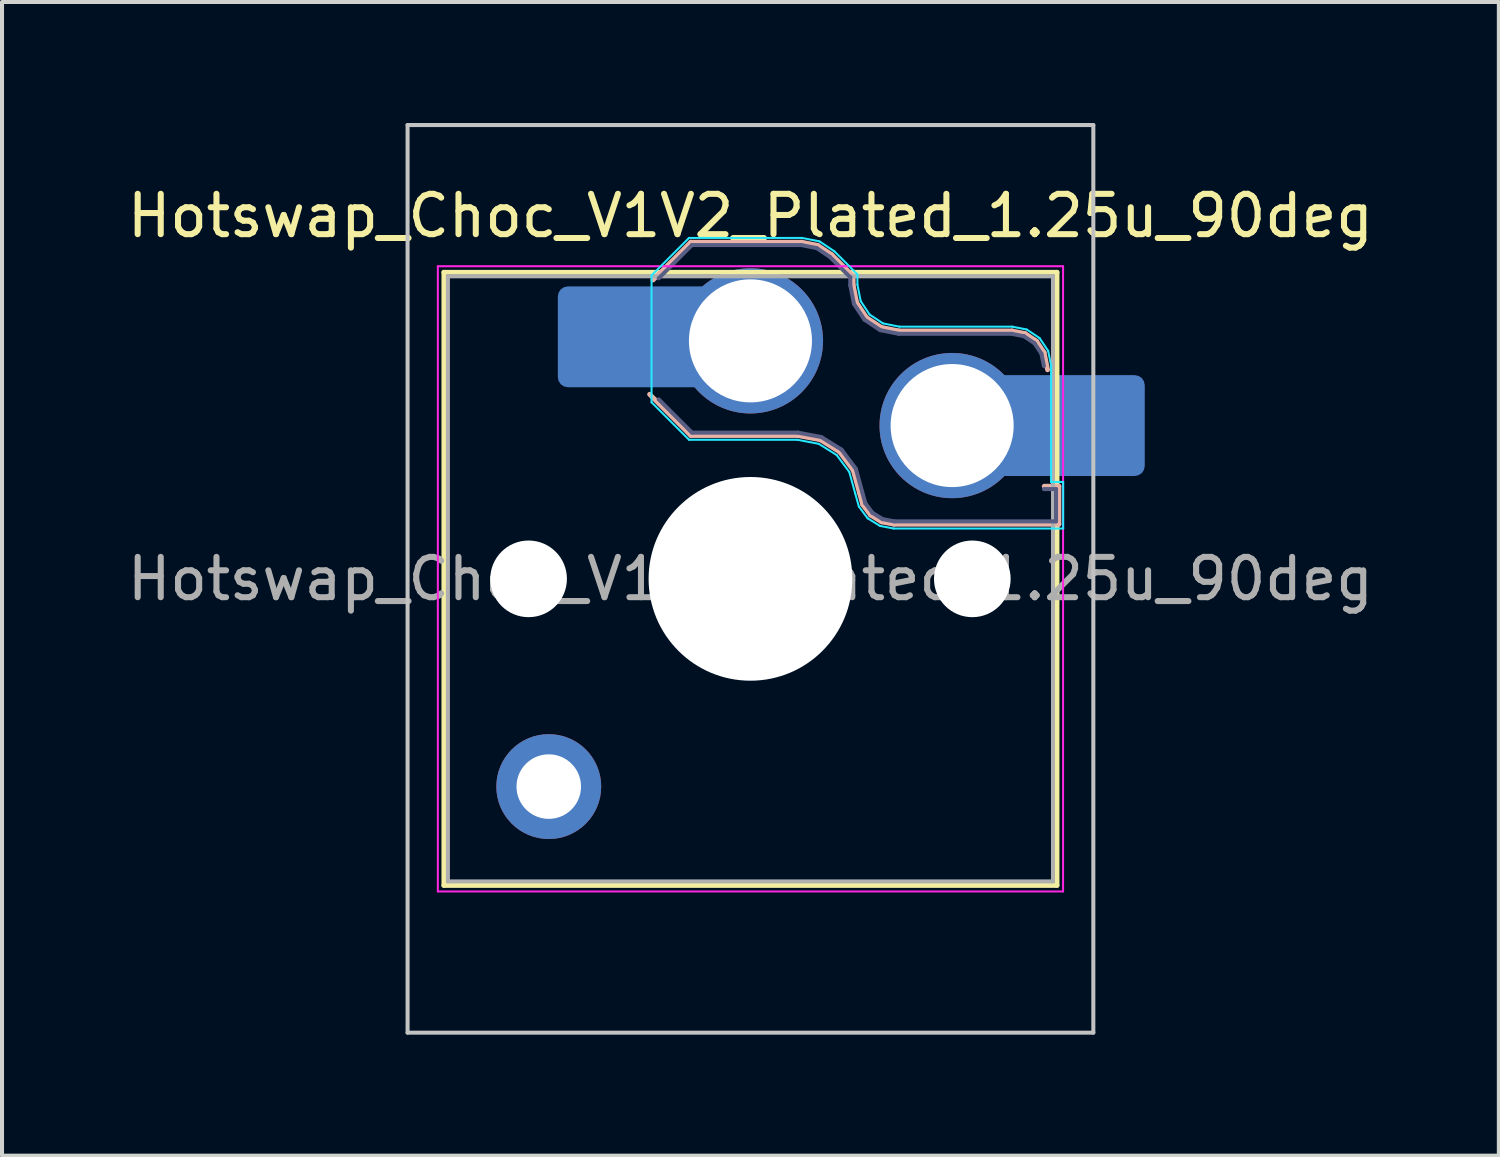
<source format=kicad_pcb>
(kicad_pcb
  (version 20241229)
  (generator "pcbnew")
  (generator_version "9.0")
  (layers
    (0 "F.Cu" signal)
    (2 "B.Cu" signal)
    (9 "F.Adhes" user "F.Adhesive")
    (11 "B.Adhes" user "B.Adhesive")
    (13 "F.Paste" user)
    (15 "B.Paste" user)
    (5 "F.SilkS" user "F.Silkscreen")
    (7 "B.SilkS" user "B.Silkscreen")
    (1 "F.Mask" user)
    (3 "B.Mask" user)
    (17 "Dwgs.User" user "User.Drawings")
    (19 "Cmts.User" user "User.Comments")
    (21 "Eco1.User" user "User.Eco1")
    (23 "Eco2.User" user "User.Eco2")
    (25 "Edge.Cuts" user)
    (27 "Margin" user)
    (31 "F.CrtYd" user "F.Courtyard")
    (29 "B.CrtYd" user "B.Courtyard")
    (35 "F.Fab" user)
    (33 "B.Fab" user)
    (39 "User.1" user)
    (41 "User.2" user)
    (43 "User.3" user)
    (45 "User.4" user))
  (footprint "Hotswap_Choc_V1V2_Plated_1.25u_90deg"
    (layer "F.Cu")
    (at 15.554 11.3)
    (property "Reference" "Hotswap_Choc_V1V2_Plated_1.25u_90deg" (at 0 -9 0) (layer "F.SilkS") (effects (font (size 1 1) (thickness 0.15))))
    (attr smd allow_soldermask_bridges)
    (fp_line (start -7.6 -7.6) (end -7.6 7.6) (stroke (width 0.12) (type solid)) (layer "F.SilkS"))
    (fp_line (start -7.6 7.6) (end 7.6 7.6) (stroke (width 0.12) (type solid)) (layer "F.SilkS"))
    (fp_line (start 7.6 -7.6) (end -7.6 -7.6) (stroke (width 0.12) (type solid)) (layer "F.SilkS"))
    (fp_line (start 7.6 7.6) (end 7.6 -7.6) (stroke (width 0.12) (type solid)) (layer "F.SilkS"))
    (fp_line (start -2.416 -7.409) (end -1.479 -8.346) (stroke (width 0.12) (type solid)) (layer "B.SilkS"))
    (fp_line (start -1.479 -8.346) (end 1.268 -8.346) (stroke (width 0.12) (type solid)) (layer "B.SilkS"))
    (fp_line (start -1.479 -3.554) (end -2.5 -4.575) (stroke (width 0.12) (type solid)) (layer "B.SilkS"))
    (fp_line (start 1.168 -3.554) (end -1.479 -3.554) (stroke (width 0.12) (type solid)) (layer "B.SilkS"))
    (fp_line (start 1.268 -8.346) (end 1.671 -8.266) (stroke (width 0.12) (type solid)) (layer "B.SilkS"))
    (fp_line (start 1.671 -8.266) (end 2.013 -8.037) (stroke (width 0.12) (type solid)) (layer "B.SilkS"))
    (fp_line (start 1.73 -3.449) (end 1.168 -3.554) (stroke (width 0.12) (type solid)) (layer "B.SilkS"))
    (fp_line (start 2.013 -8.037) (end 2.546 -7.504) (stroke (width 0.12) (type solid)) (layer "B.SilkS"))
    (fp_line (start 2.209 -3.15) (end 1.73 -3.449) (stroke (width 0.12) (type solid)) (layer "B.SilkS"))
    (fp_line (start 2.546 -7.504) (end 2.546 -7.282) (stroke (width 0.12) (type solid)) (layer "B.SilkS"))
    (fp_line (start 2.546 -7.282) (end 2.633 -6.844) (stroke (width 0.12) (type solid)) (layer "B.SilkS"))
    (fp_line (start 2.547 -2.697) (end 2.209 -3.15) (stroke (width 0.12) (type solid)) (layer "B.SilkS"))
    (fp_line (start 2.633 -6.844) (end 2.877 -6.477) (stroke (width 0.12) (type solid)) (layer "B.SilkS"))
    (fp_line (start 2.701 -2.139) (end 2.547 -2.697) (stroke (width 0.12) (type solid)) (layer "B.SilkS"))
    (fp_line (start 2.783 -1.841) (end 2.701 -2.139) (stroke (width 0.12) (type solid)) (layer "B.SilkS"))
    (fp_line (start 2.877 -6.477) (end 3.244 -6.233) (stroke (width 0.12) (type solid)) (layer "B.SilkS"))
    (fp_line (start 2.976 -1.583) (end 2.783 -1.841) (stroke (width 0.12) (type solid)) (layer "B.SilkS"))
    (fp_line (start 3.244 -6.233) (end 3.682 -6.146) (stroke (width 0.12) (type solid)) (layer "B.SilkS"))
    (fp_line (start 3.25 -1.413) (end 2.976 -1.583) (stroke (width 0.12) (type solid)) (layer "B.SilkS"))
    (fp_line (start 3.56 -1.354) (end 3.25 -1.413) (stroke (width 0.12) (type solid)) (layer "B.SilkS"))
    (fp_line (start 3.682 -6.146) (end 6.482 -6.146) (stroke (width 0.12) (type solid)) (layer "B.SilkS"))
    (fp_line (start 6.482 -6.146) (end 6.809 -6.081) (stroke (width 0.12) (type solid)) (layer "B.SilkS"))
    (fp_line (start 6.809 -6.081) (end 7.092 -5.892) (stroke (width 0.12) (type solid)) (layer "B.SilkS"))
    (fp_line (start 7.092 -5.892) (end 7.281 -5.609) (stroke (width 0.12) (type solid)) (layer "B.SilkS"))
    (fp_line (start 7.281 -5.609) (end 7.366 -5.182) (stroke (width 0.12) (type solid)) (layer "B.SilkS"))
    (fp_line (start 7.283 -2.296) (end 7.646 -2.296) (stroke (width 0.12) (type solid)) (layer "B.SilkS"))
    (fp_line (start 7.646 -2.296) (end 7.646 -1.354) (stroke (width 0.12) (type solid)) (layer "B.SilkS"))
    (fp_line (start 7.646 -1.354) (end 3.56 -1.354) (stroke (width 0.12) (type solid)) (layer "B.SilkS"))
    (fp_line (start -8.5 -11.25) (end 8.5 -11.25) (stroke (width 0.1) (type solid)) (layer "Dwgs.User"))
    (fp_line (start -8.5 11.25) (end -8.5 -11.25) (stroke (width 0.1) (type solid)) (layer "Dwgs.User"))
    (fp_line (start 8.5 -11.25) (end 8.5 11.25) (stroke (width 0.1) (type solid)) (layer "Dwgs.User"))
    (fp_line (start 8.5 11.25) (end -8.5 11.25) (stroke (width 0.1) (type solid)) (layer "Dwgs.User"))
    (fp_line (start -7.25 -7.25) (end -7.25 7.25) (stroke (width 0.1) (type solid)) (layer "Eco1.User"))
    (fp_line (start -7.25 7.25) (end 7.25 7.25) (stroke (width 0.1) (type solid)) (layer "Eco1.User"))
    (fp_line (start 7.25 -7.25) (end -7.25 -7.25) (stroke (width 0.1) (type solid)) (layer "Eco1.User"))
    (fp_line (start 7.25 7.25) (end 7.25 -7.25) (stroke (width 0.1) (type solid)) (layer "Eco1.User"))
    (fp_line (start -2.452 -7.523) (end -1.523 -8.452) (stroke (width 0.05) (type solid)) (layer "B.CrtYd"))
    (fp_line (start -2.452 -4.377) (end -2.452 -7.523) (stroke (width 0.05) (type solid)) (layer "B.CrtYd"))
    (fp_line (start -1.523 -8.452) (end 1.278 -8.452) (stroke (width 0.05) (type solid)) (layer "B.CrtYd"))
    (fp_line (start -1.523 -3.448) (end -2.452 -4.377) (stroke (width 0.05) (type solid)) (layer "B.CrtYd"))
    (fp_line (start 1.159 -3.448) (end -1.523 -3.448) (stroke (width 0.05) (type solid)) (layer "B.CrtYd"))
    (fp_line (start 1.278 -8.452) (end 1.712 -8.366) (stroke (width 0.05) (type solid)) (layer "B.CrtYd"))
    (fp_line (start 1.691 -3.348) (end 1.159 -3.448) (stroke (width 0.05) (type solid)) (layer "B.CrtYd"))
    (fp_line (start 1.712 -8.366) (end 2.081 -8.119) (stroke (width 0.05) (type solid)) (layer "B.CrtYd"))
    (fp_line (start 2.081 -8.119) (end 2.652 -7.548) (stroke (width 0.05) (type solid)) (layer "B.CrtYd"))
    (fp_line (start 2.136 -3.071) (end 1.691 -3.348) (stroke (width 0.05) (type solid)) (layer "B.CrtYd"))
    (fp_line (start 2.45 -2.65) (end 2.136 -3.071) (stroke (width 0.05) (type solid)) (layer "B.CrtYd"))
    (fp_line (start 2.599 -2.111) (end 2.45 -2.65) (stroke (width 0.05) (type solid)) (layer "B.CrtYd"))
    (fp_line (start 2.652 -7.548) (end 2.652 -7.292) (stroke (width 0.05) (type solid)) (layer "B.CrtYd"))
    (fp_line (start 2.652 -7.292) (end 2.733 -6.885) (stroke (width 0.05) (type solid)) (layer "B.CrtYd"))
    (fp_line (start 2.687 -1.794) (end 2.599 -2.111) (stroke (width 0.05) (type solid)) (layer "B.CrtYd"))
    (fp_line (start 2.733 -6.885) (end 2.953 -6.553) (stroke (width 0.05) (type solid)) (layer "B.CrtYd"))
    (fp_line (start 2.903 -1.503) (end 2.687 -1.794) (stroke (width 0.05) (type solid)) (layer "B.CrtYd"))
    (fp_line (start 2.953 -6.553) (end 3.285 -6.333) (stroke (width 0.05) (type solid)) (layer "B.CrtYd"))
    (fp_line (start 3.211 -1.312) (end 2.903 -1.503) (stroke (width 0.05) (type solid)) (layer "B.CrtYd"))
    (fp_line (start 3.285 -6.333) (end 3.692 -6.252) (stroke (width 0.05) (type solid)) (layer "B.CrtYd"))
    (fp_line (start 3.55 -1.248) (end 3.211 -1.312) (stroke (width 0.05) (type solid)) (layer "B.CrtYd"))
    (fp_line (start 3.692 -6.252) (end 6.492 -6.252) (stroke (width 0.05) (type solid)) (layer "B.CrtYd"))
    (fp_line (start 6.492 -6.252) (end 6.85 -6.181) (stroke (width 0.05) (type solid)) (layer "B.CrtYd"))
    (fp_line (start 6.85 -6.181) (end 7.168 -5.968) (stroke (width 0.05) (type solid)) (layer "B.CrtYd"))
    (fp_line (start 7.168 -5.968) (end 7.381 -5.65) (stroke (width 0.05) (type solid)) (layer "B.CrtYd"))
    (fp_line (start 7.381 -5.65) (end 7.452 -5.292) (stroke (width 0.05) (type solid)) (layer "B.CrtYd"))
    (fp_line (start 7.452 -5.292) (end 7.452 -2.402) (stroke (width 0.05) (type solid)) (layer "B.CrtYd"))
    (fp_line (start 7.452 -2.402) (end 7.752 -2.402) (stroke (width 0.05) (type solid)) (layer "B.CrtYd"))
    (fp_line (start 7.752 -2.402) (end 7.752 -1.248) (stroke (width 0.05) (type solid)) (layer "B.CrtYd"))
    (fp_line (start 7.752 -1.248) (end 3.55 -1.248) (stroke (width 0.05) (type solid)) (layer "B.CrtYd"))
    (fp_line (start -7.75 -7.75) (end -7.75 7.75) (stroke (width 0.05) (type solid)) (layer "F.CrtYd"))
    (fp_line (start -7.75 7.75) (end 7.75 7.75) (stroke (width 0.05) (type solid)) (layer "F.CrtYd"))
    (fp_line (start 7.75 -7.75) (end -7.75 -7.75) (stroke (width 0.05) (type solid)) (layer "F.CrtYd"))
    (fp_line (start 7.75 7.75) (end 7.75 -7.75) (stroke (width 0.05) (type solid)) (layer "F.CrtYd"))
    (fp_line (start -2.275 -7.45) (end -1.45 -8.275) (stroke (width 0.1) (type solid)) (layer "B.Fab"))
    (fp_line (start -1.45 -8.275) (end 1.261 -8.275) (stroke (width 0.1) (type solid)) (layer "B.Fab"))
    (fp_line (start -1.45 -3.625) (end -2.275 -4.45) (stroke (width 0.1) (type solid)) (layer "B.Fab"))
    (fp_line (start 1.175 -3.625) (end -1.45 -3.625) (stroke (width 0.1) (type solid)) (layer "B.Fab"))
    (fp_line (start 1.261 -8.275) (end 1.643 -8.199) (stroke (width 0.1) (type solid)) (layer "B.Fab"))
    (fp_line (start 1.643 -8.199) (end 1.968 -7.982) (stroke (width 0.1) (type solid)) (layer "B.Fab"))
    (fp_line (start 1.756 -3.516) (end 1.175 -3.625) (stroke (width 0.1) (type solid)) (layer "B.Fab"))
    (fp_line (start 1.968 -7.982) (end 2.475 -7.475) (stroke (width 0.1) (type solid)) (layer "B.Fab"))
    (fp_line (start 2.258 -3.203) (end 1.756 -3.516) (stroke (width 0.1) (type solid)) (layer "B.Fab"))
    (fp_line (start 2.475 -7.475) (end 2.475 -7.275) (stroke (width 0.1) (type solid)) (layer "B.Fab"))
    (fp_line (start 2.475 -7.275) (end 2.566 -6.816) (stroke (width 0.1) (type solid)) (layer "B.Fab"))
    (fp_line (start 2.566 -6.816) (end 2.826 -6.426) (stroke (width 0.1) (type solid)) (layer "B.Fab"))
    (fp_line (start 2.612 -2.729) (end 2.258 -3.203) (stroke (width 0.1) (type solid)) (layer "B.Fab"))
    (fp_line (start 2.769 -2.158) (end 2.612 -2.729) (stroke (width 0.1) (type solid)) (layer "B.Fab"))
    (fp_line (start 2.826 -6.426) (end 3.216 -6.166) (stroke (width 0.1) (type solid)) (layer "B.Fab"))
    (fp_line (start 2.848 -1.873) (end 2.769 -2.158) (stroke (width 0.1) (type solid)) (layer "B.Fab"))
    (fp_line (start 3.025 -1.636) (end 2.848 -1.873) (stroke (width 0.1) (type solid)) (layer "B.Fab"))
    (fp_line (start 3.216 -6.166) (end 3.675 -6.075) (stroke (width 0.1) (type solid)) (layer "B.Fab"))
    (fp_line (start 3.276 -1.48) (end 3.025 -1.636) (stroke (width 0.1) (type solid)) (layer "B.Fab"))
    (fp_line (start 3.567 -1.425) (end 3.276 -1.48) (stroke (width 0.1) (type solid)) (layer "B.Fab"))
    (fp_line (start 3.675 -6.075) (end 6.475 -6.075) (stroke (width 0.1) (type solid)) (layer "B.Fab"))
    (fp_line (start 6.475 -6.075) (end 6.781 -6.014) (stroke (width 0.1) (type solid)) (layer "B.Fab"))
    (fp_line (start 6.781 -6.014) (end 7.041 -5.841) (stroke (width 0.1) (type solid)) (layer "B.Fab"))
    (fp_line (start 7.041 -5.841) (end 7.214 -5.581) (stroke (width 0.1) (type solid)) (layer "B.Fab"))
    (fp_line (start 7.214 -5.581) (end 7.275 -5.275) (stroke (width 0.1) (type solid)) (layer "B.Fab"))
    (fp_line (start 7.275 -2.225) (end 7.575 -2.225) (stroke (width 0.1) (type solid)) (layer "B.Fab"))
    (fp_line (start 7.575 -2.225) (end 7.575 -1.425) (stroke (width 0.1) (type solid)) (layer "B.Fab"))
    (fp_line (start 7.575 -1.425) (end 3.567 -1.425) (stroke (width 0.1) (type solid)) (layer "B.Fab"))
    (fp_line (start -7.5 -7.5) (end -7.5 7.5) (stroke (width 0.1) (type solid)) (layer "F.Fab"))
    (fp_line (start -7.5 7.5) (end 7.5 7.5) (stroke (width 0.1) (type solid)) (layer "F.Fab"))
    (fp_line (start 7.5 -7.5) (end -7.5 -7.5) (stroke (width 0.1) (type solid)) (layer "F.Fab"))
    (fp_line (start 7.5 7.5) (end 7.5 -7.5) (stroke (width 0.1) (type solid)) (layer "F.Fab"))
    (fp_text user "${REFERENCE}" (at 0 0 0) (layer "F.Fab") (effects (font (size 1 1) (thickness 0.15))))
    (pad "" np_thru_hole circle (at -5.5 0) (size 1.9 1.9) (drill 1.9) (layers "*.Cu" "*.Mask"))
    (pad "" thru_hole circle (at -5 5.15) (size 2.6 2.6) (drill 1.6) (layers "*.Cu" "*.Mask"))
    (pad "" smd roundrect (at -3.5 -6) (size 2.55 2.5) (layers "B.Mask" "B.Paste") (roundrect_rratio 0.1))
    (pad "" np_thru_hole circle (at 0 0) (size 5.05 5.05) (drill 5.05) (layers "*.Cu" "*.Mask"))
    (pad "" np_thru_hole circle (at 5.5 0) (size 1.9 1.9) (drill 1.9) (layers "*.Cu" "*.Mask"))
    (pad "" smd roundrect (at 8.5 -3.8) (size 2.55 2.5) (layers "B.Mask" "B.Paste") (roundrect_rratio 0.1))
    (pad "1" smd roundrect (at -2.85 -6) (size 3.85 2.5) (layers "B.Cu") (roundrect_rratio 0.1))
    (pad "1" thru_hole circle (at 0 -5.9) (size 3.6 3.6) (drill 3.05) (layers "*.Cu" "*.Mask"))
    (pad "2" thru_hole circle (at 5 -3.8) (size 3.6 3.6) (drill 3.05) (layers "*.Cu" "*.Mask"))
    (pad "2" smd roundrect (at 7.85 -3.8) (size 3.85 2.5) (layers "B.Cu") (roundrect_rratio 0.1)))
  (gr_rect
    (start -3 -3)
    (end 34.107 25.6)
    (stroke (width 0.1) (type default))
    (fill no)
    (layer "Edge.Cuts")))
</source>
